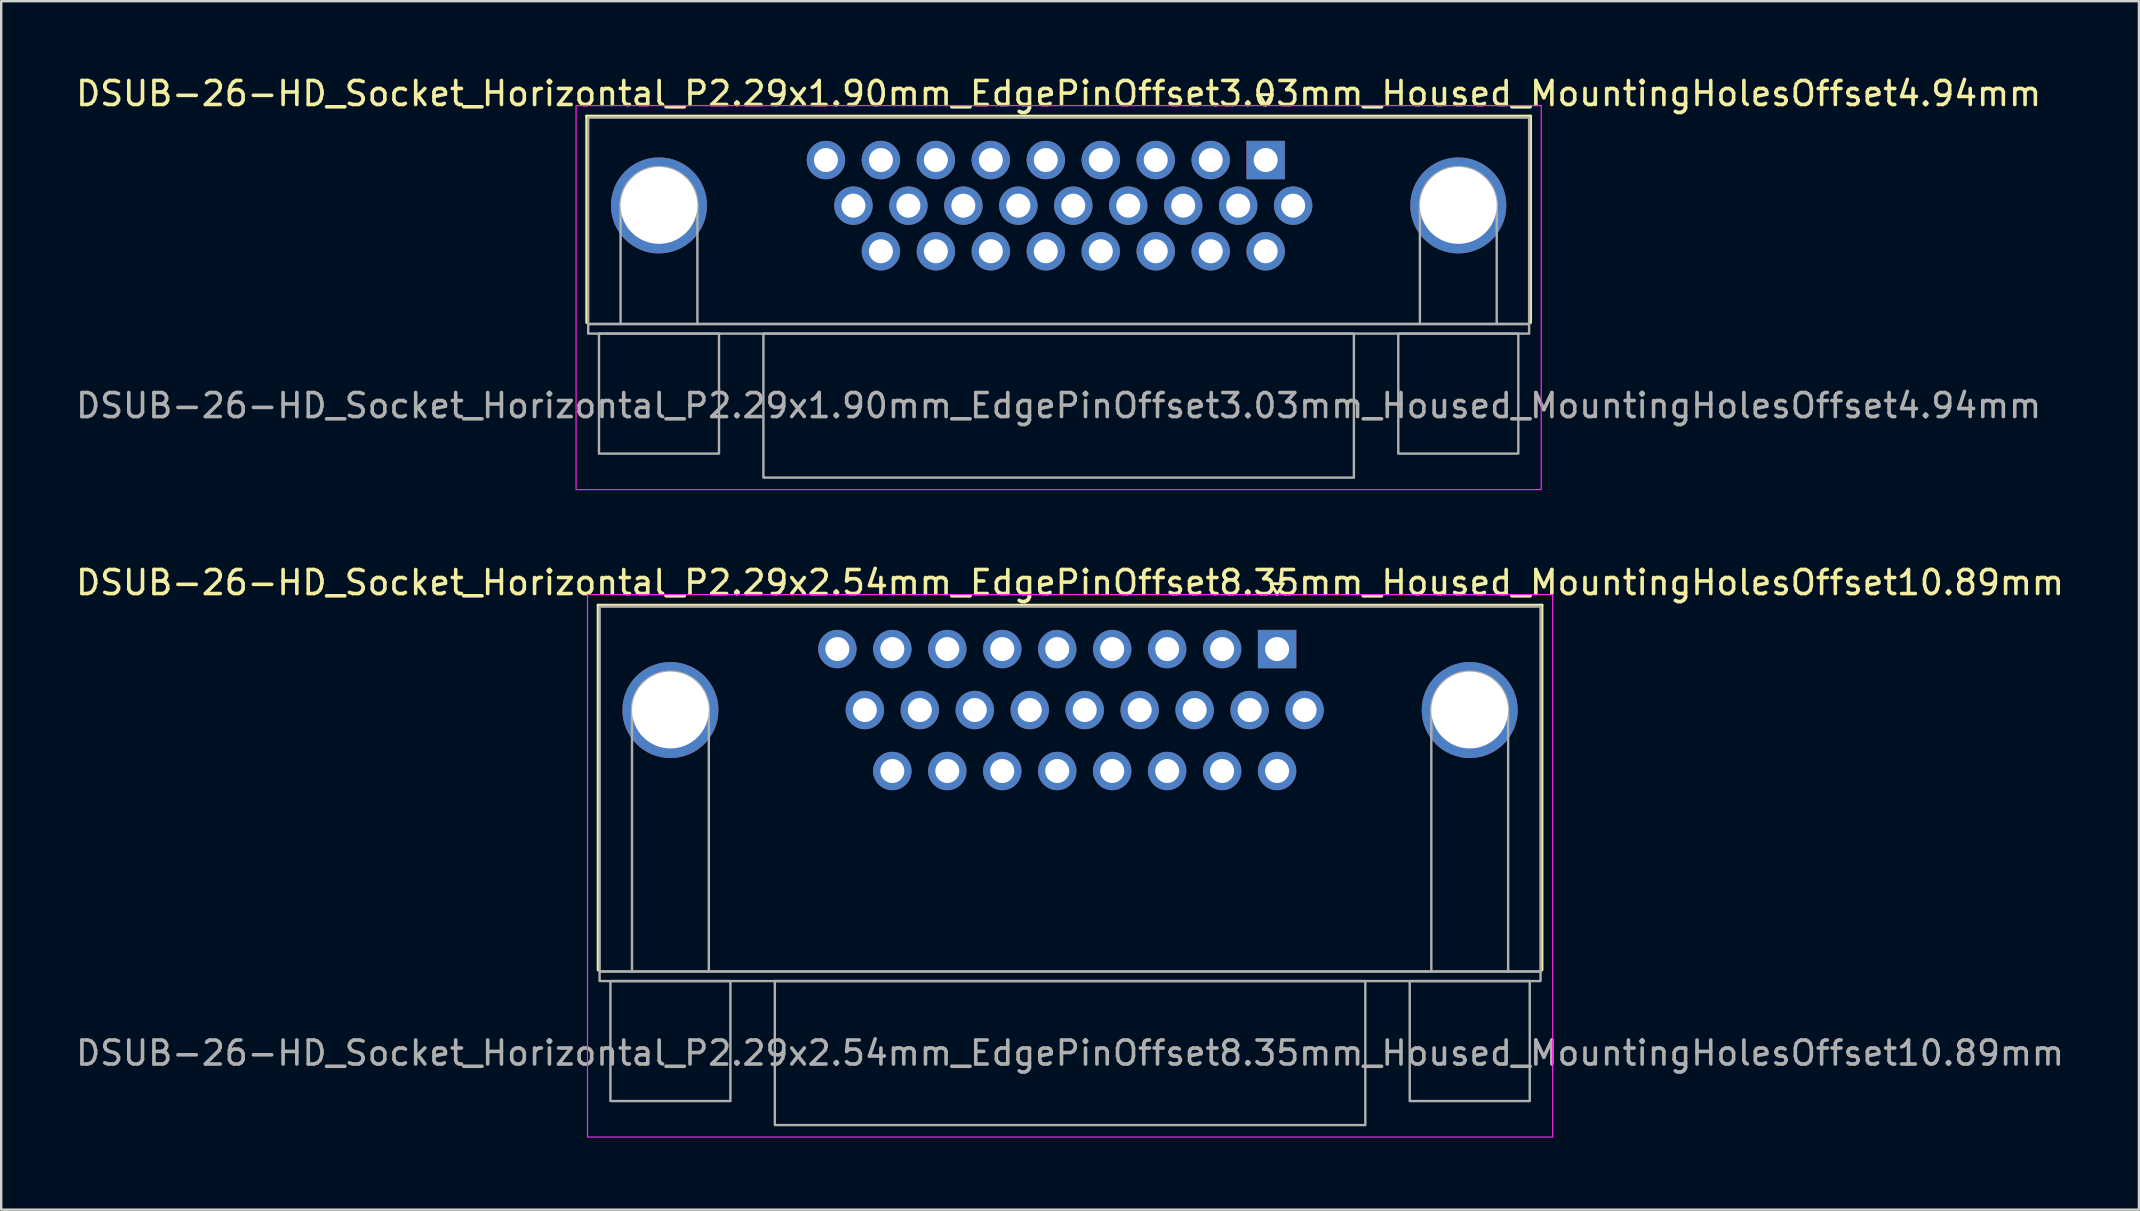
<source format=kicad_pcb>
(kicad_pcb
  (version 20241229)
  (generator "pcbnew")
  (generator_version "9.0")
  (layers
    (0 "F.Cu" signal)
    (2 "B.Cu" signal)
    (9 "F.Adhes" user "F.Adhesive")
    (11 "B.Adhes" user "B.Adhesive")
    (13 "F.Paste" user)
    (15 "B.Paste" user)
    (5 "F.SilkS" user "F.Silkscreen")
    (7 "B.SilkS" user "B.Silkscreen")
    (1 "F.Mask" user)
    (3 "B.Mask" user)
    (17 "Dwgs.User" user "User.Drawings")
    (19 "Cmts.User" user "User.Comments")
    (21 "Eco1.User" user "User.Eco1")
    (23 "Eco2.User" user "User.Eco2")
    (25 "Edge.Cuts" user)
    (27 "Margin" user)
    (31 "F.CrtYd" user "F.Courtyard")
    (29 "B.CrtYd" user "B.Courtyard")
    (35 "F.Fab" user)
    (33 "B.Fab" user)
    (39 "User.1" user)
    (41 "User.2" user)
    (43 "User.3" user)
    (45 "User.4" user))
  (footprint "DSUB-26-HD_Socket_Horizontal_P2.29x1.90mm_EdgePinOffset3.03mm_Housed_MountingHolesOffset4.94mm"
    (layer "F.Cu")
    (at 49.679 3.618)
    (property "Reference" "DSUB-26-HD_Socket_Horizontal_P2.29x1.90mm_EdgePinOffset3.03mm_Housed_MountingHolesOffset4.94mm" (at -8.625 -2.77 0) (layer "F.SilkS") (effects (font (size 1 1) (thickness 0.15))))
    (attr through_hole)
    (fp_line (start -28.285 -1.83) (end 11.035 -1.83) (stroke (width 0.12) (type solid)) (layer "F.SilkS"))
    (fp_line (start -28.285 6.77) (end -28.285 -1.83) (stroke (width 0.12) (type solid)) (layer "F.SilkS"))
    (fp_line (start -0.25 -2.724) (end 0.25 -2.724) (stroke (width 0.12) (type solid)) (layer "F.SilkS"))
    (fp_line (start 0 -2.291) (end -0.25 -2.724) (stroke (width 0.12) (type solid)) (layer "F.SilkS"))
    (fp_line (start 0.25 -2.724) (end 0 -2.291) (stroke (width 0.12) (type solid)) (layer "F.SilkS"))
    (fp_line (start 11.035 -1.83) (end 11.035 6.77) (stroke (width 0.12) (type solid)) (layer "F.SilkS"))
    (fp_rect (start -28.73 -2.27) (end 11.48 13.73) (stroke (width 0.05) (type solid)) (fill no) (layer "F.CrtYd"))
    (fp_line (start -26.875 6.83) (end -26.875 1.89) (stroke (width 0.1) (type solid)) (layer "F.Fab"))
    (fp_line (start -23.675 6.83) (end -23.675 1.89) (stroke (width 0.1) (type solid)) (layer "F.Fab"))
    (fp_line (start 6.425 6.83) (end 6.425 1.89) (stroke (width 0.1) (type solid)) (layer "F.Fab"))
    (fp_line (start 9.625 6.83) (end 9.625 1.89) (stroke (width 0.1) (type solid)) (layer "F.Fab"))
    (fp_rect (start -28.225 -1.77) (end 10.975 6.83) (stroke (width 0.1) (type solid)) (fill no) (layer "F.Fab"))
    (fp_rect (start -28.225 6.83) (end 10.975 7.23) (stroke (width 0.1) (type solid)) (fill no) (layer "F.Fab"))
    (fp_rect (start -27.775 7.23) (end -22.775 12.23) (stroke (width 0.1) (type solid)) (fill no) (layer "F.Fab"))
    (fp_rect (start -20.925 7.23) (end 3.675 13.23) (stroke (width 0.1) (type solid)) (fill no) (layer "F.Fab"))
    (fp_rect (start 5.525 7.23) (end 10.525 12.23) (stroke (width 0.1) (type solid)) (fill no) (layer "F.Fab"))
    (fp_arc (start -26.875 1.89) (mid -25.275 0.29) (end -23.675 1.89) (stroke (width 0.1) (type solid)) (layer "F.Fab"))
    (fp_arc (start 6.425 1.89) (mid 8.025 0.29) (end 9.625 1.89) (stroke (width 0.1) (type solid)) (layer "F.Fab"))
    (fp_text user "${REFERENCE}" (at -8.625 10.23 0) (layer "F.Fab") (effects (font (size 1 1) (thickness 0.15))))
    (pad "1" thru_hole rect (at 0 0) (size 1.6 1.6) (drill 1) (layers "*.Cu" "*.Mask"))
    (pad "2" thru_hole circle (at -2.29 0) (size 1.6 1.6) (drill 1) (layers "*.Cu" "*.Mask"))
    (pad "3" thru_hole circle (at -4.58 0) (size 1.6 1.6) (drill 1) (layers "*.Cu" "*.Mask"))
    (pad "4" thru_hole circle (at -6.87 0) (size 1.6 1.6) (drill 1) (layers "*.Cu" "*.Mask"))
    (pad "5" thru_hole circle (at -9.16 0) (size 1.6 1.6) (drill 1) (layers "*.Cu" "*.Mask"))
    (pad "6" thru_hole circle (at -11.45 0) (size 1.6 1.6) (drill 1) (layers "*.Cu" "*.Mask"))
    (pad "7" thru_hole circle (at -13.74 0) (size 1.6 1.6) (drill 1) (layers "*.Cu" "*.Mask"))
    (pad "8" thru_hole circle (at -16.03 0) (size 1.6 1.6) (drill 1) (layers "*.Cu" "*.Mask"))
    (pad "9" thru_hole circle (at -18.32 0) (size 1.6 1.6) (drill 1) (layers "*.Cu" "*.Mask"))
    (pad "10" thru_hole circle (at 1.145 1.9) (size 1.6 1.6) (drill 1) (layers "*.Cu" "*.Mask"))
    (pad "11" thru_hole circle (at -1.145 1.9) (size 1.6 1.6) (drill 1) (layers "*.Cu" "*.Mask"))
    (pad "12" thru_hole circle (at -3.435 1.9) (size 1.6 1.6) (drill 1) (layers "*.Cu" "*.Mask"))
    (pad "13" thru_hole circle (at -5.725 1.9) (size 1.6 1.6) (drill 1) (layers "*.Cu" "*.Mask"))
    (pad "14" thru_hole circle (at -8.015 1.9) (size 1.6 1.6) (drill 1) (layers "*.Cu" "*.Mask"))
    (pad "15" thru_hole circle (at -10.305 1.9) (size 1.6 1.6) (drill 1) (layers "*.Cu" "*.Mask"))
    (pad "16" thru_hole circle (at -12.595 1.9) (size 1.6 1.6) (drill 1) (layers "*.Cu" "*.Mask"))
    (pad "17" thru_hole circle (at -14.885 1.9) (size 1.6 1.6) (drill 1) (layers "*.Cu" "*.Mask"))
    (pad "18" thru_hole circle (at -17.175 1.9) (size 1.6 1.6) (drill 1) (layers "*.Cu" "*.Mask"))
    (pad "19" thru_hole circle (at 0 3.8) (size 1.6 1.6) (drill 1) (layers "*.Cu" "*.Mask"))
    (pad "20" thru_hole circle (at -2.29 3.8) (size 1.6 1.6) (drill 1) (layers "*.Cu" "*.Mask"))
    (pad "21" thru_hole circle (at -4.58 3.8) (size 1.6 1.6) (drill 1) (layers "*.Cu" "*.Mask"))
    (pad "22" thru_hole circle (at -6.87 3.8) (size 1.6 1.6) (drill 1) (layers "*.Cu" "*.Mask"))
    (pad "23" thru_hole circle (at -9.16 3.8) (size 1.6 1.6) (drill 1) (layers "*.Cu" "*.Mask"))
    (pad "24" thru_hole circle (at -11.45 3.8) (size 1.6 1.6) (drill 1) (layers "*.Cu" "*.Mask"))
    (pad "25" thru_hole circle (at -13.74 3.8) (size 1.6 1.6) (drill 1) (layers "*.Cu" "*.Mask"))
    (pad "26" thru_hole circle (at -16.03 3.8) (size 1.6 1.6) (drill 1) (layers "*.Cu" "*.Mask"))
    (pad "SH" thru_hole circle (at -25.275 1.89) (size 4 4) (drill 3.2) (layers "*.Cu" "*.Mask"))
    (pad "SH" thru_hole circle (at 8.025 1.89) (size 4 4) (drill 3.2) (layers "*.Cu" "*.Mask")))
  (footprint "DSUB-26-HD_Socket_Horizontal_P2.29x2.54mm_EdgePinOffset8.35mm_Housed_MountingHolesOffset10.89mm"
    (layer "F.Cu")
    (at 50.155 23.991)
    (property "Reference" "DSUB-26-HD_Socket_Horizontal_P2.29x2.54mm_EdgePinOffset8.35mm_Housed_MountingHolesOffset10.89mm" (at -8.625 -2.77 0) (layer "F.SilkS") (effects (font (size 1 1) (thickness 0.15))))
    (attr through_hole)
    (fp_line (start -28.285 -1.83) (end 11.035 -1.83) (stroke (width 0.12) (type solid)) (layer "F.SilkS"))
    (fp_line (start -28.285 13.37) (end -28.285 -1.83) (stroke (width 0.12) (type solid)) (layer "F.SilkS"))
    (fp_line (start -0.25 -2.724) (end 0.25 -2.724) (stroke (width 0.12) (type solid)) (layer "F.SilkS"))
    (fp_line (start 0 -2.291) (end -0.25 -2.724) (stroke (width 0.12) (type solid)) (layer "F.SilkS"))
    (fp_line (start 0.25 -2.724) (end 0 -2.291) (stroke (width 0.12) (type solid)) (layer "F.SilkS"))
    (fp_line (start 11.035 -1.83) (end 11.035 13.37) (stroke (width 0.12) (type solid)) (layer "F.SilkS"))
    (fp_rect (start -28.73 -2.27) (end 11.48 20.33) (stroke (width 0.05) (type solid)) (fill no) (layer "F.CrtYd"))
    (fp_line (start -26.875 13.43) (end -26.875 2.54) (stroke (width 0.1) (type solid)) (layer "F.Fab"))
    (fp_line (start -23.675 13.43) (end -23.675 2.54) (stroke (width 0.1) (type solid)) (layer "F.Fab"))
    (fp_line (start 6.425 13.43) (end 6.425 2.54) (stroke (width 0.1) (type solid)) (layer "F.Fab"))
    (fp_line (start 9.625 13.43) (end 9.625 2.54) (stroke (width 0.1) (type solid)) (layer "F.Fab"))
    (fp_rect (start -28.225 -1.77) (end 10.975 13.43) (stroke (width 0.1) (type solid)) (fill no) (layer "F.Fab"))
    (fp_rect (start -28.225 13.43) (end 10.975 13.83) (stroke (width 0.1) (type solid)) (fill no) (layer "F.Fab"))
    (fp_rect (start -27.775 13.83) (end -22.775 18.83) (stroke (width 0.1) (type solid)) (fill no) (layer "F.Fab"))
    (fp_rect (start -20.925 13.83) (end 3.675 19.83) (stroke (width 0.1) (type solid)) (fill no) (layer "F.Fab"))
    (fp_rect (start 5.525 13.83) (end 10.525 18.83) (stroke (width 0.1) (type solid)) (fill no) (layer "F.Fab"))
    (fp_arc (start -26.875 2.54) (mid -25.275 0.94) (end -23.675 2.54) (stroke (width 0.1) (type solid)) (layer "F.Fab"))
    (fp_arc (start 6.425 2.54) (mid 8.025 0.94) (end 9.625 2.54) (stroke (width 0.1) (type solid)) (layer "F.Fab"))
    (fp_text user "${REFERENCE}" (at -8.625 16.83 0) (layer "F.Fab") (effects (font (size 1 1) (thickness 0.15))))
    (pad "1" thru_hole rect (at 0 0) (size 1.6 1.6) (drill 1) (layers "*.Cu" "*.Mask"))
    (pad "2" thru_hole circle (at -2.29 0) (size 1.6 1.6) (drill 1) (layers "*.Cu" "*.Mask"))
    (pad "3" thru_hole circle (at -4.58 0) (size 1.6 1.6) (drill 1) (layers "*.Cu" "*.Mask"))
    (pad "4" thru_hole circle (at -6.87 0) (size 1.6 1.6) (drill 1) (layers "*.Cu" "*.Mask"))
    (pad "5" thru_hole circle (at -9.16 0) (size 1.6 1.6) (drill 1) (layers "*.Cu" "*.Mask"))
    (pad "6" thru_hole circle (at -11.45 0) (size 1.6 1.6) (drill 1) (layers "*.Cu" "*.Mask"))
    (pad "7" thru_hole circle (at -13.74 0) (size 1.6 1.6) (drill 1) (layers "*.Cu" "*.Mask"))
    (pad "8" thru_hole circle (at -16.03 0) (size 1.6 1.6) (drill 1) (layers "*.Cu" "*.Mask"))
    (pad "9" thru_hole circle (at -18.32 0) (size 1.6 1.6) (drill 1) (layers "*.Cu" "*.Mask"))
    (pad "10" thru_hole circle (at 1.145 2.54) (size 1.6 1.6) (drill 1) (layers "*.Cu" "*.Mask"))
    (pad "11" thru_hole circle (at -1.145 2.54) (size 1.6 1.6) (drill 1) (layers "*.Cu" "*.Mask"))
    (pad "12" thru_hole circle (at -3.435 2.54) (size 1.6 1.6) (drill 1) (layers "*.Cu" "*.Mask"))
    (pad "13" thru_hole circle (at -5.725 2.54) (size 1.6 1.6) (drill 1) (layers "*.Cu" "*.Mask"))
    (pad "14" thru_hole circle (at -8.015 2.54) (size 1.6 1.6) (drill 1) (layers "*.Cu" "*.Mask"))
    (pad "15" thru_hole circle (at -10.305 2.54) (size 1.6 1.6) (drill 1) (layers "*.Cu" "*.Mask"))
    (pad "16" thru_hole circle (at -12.595 2.54) (size 1.6 1.6) (drill 1) (layers "*.Cu" "*.Mask"))
    (pad "17" thru_hole circle (at -14.885 2.54) (size 1.6 1.6) (drill 1) (layers "*.Cu" "*.Mask"))
    (pad "18" thru_hole circle (at -17.175 2.54) (size 1.6 1.6) (drill 1) (layers "*.Cu" "*.Mask"))
    (pad "19" thru_hole circle (at 0 5.08) (size 1.6 1.6) (drill 1) (layers "*.Cu" "*.Mask"))
    (pad "20" thru_hole circle (at -2.29 5.08) (size 1.6 1.6) (drill 1) (layers "*.Cu" "*.Mask"))
    (pad "21" thru_hole circle (at -4.58 5.08) (size 1.6 1.6) (drill 1) (layers "*.Cu" "*.Mask"))
    (pad "22" thru_hole circle (at -6.87 5.08) (size 1.6 1.6) (drill 1) (layers "*.Cu" "*.Mask"))
    (pad "23" thru_hole circle (at -9.16 5.08) (size 1.6 1.6) (drill 1) (layers "*.Cu" "*.Mask"))
    (pad "24" thru_hole circle (at -11.45 5.08) (size 1.6 1.6) (drill 1) (layers "*.Cu" "*.Mask"))
    (pad "25" thru_hole circle (at -13.74 5.08) (size 1.6 1.6) (drill 1) (layers "*.Cu" "*.Mask"))
    (pad "26" thru_hole circle (at -16.03 5.08) (size 1.6 1.6) (drill 1) (layers "*.Cu" "*.Mask"))
    (pad "SH" thru_hole circle (at -25.275 2.54) (size 4 4) (drill 3.2) (layers "*.Cu" "*.Mask"))
    (pad "SH" thru_hole circle (at 8.025 2.54) (size 4 4) (drill 3.2) (layers "*.Cu" "*.Mask")))
  (gr_rect
    (start -3 -3)
    (end 86.06 47.346)
    (stroke (width 0.1) (type default))
    (fill no)
    (layer "Edge.Cuts")))
</source>
